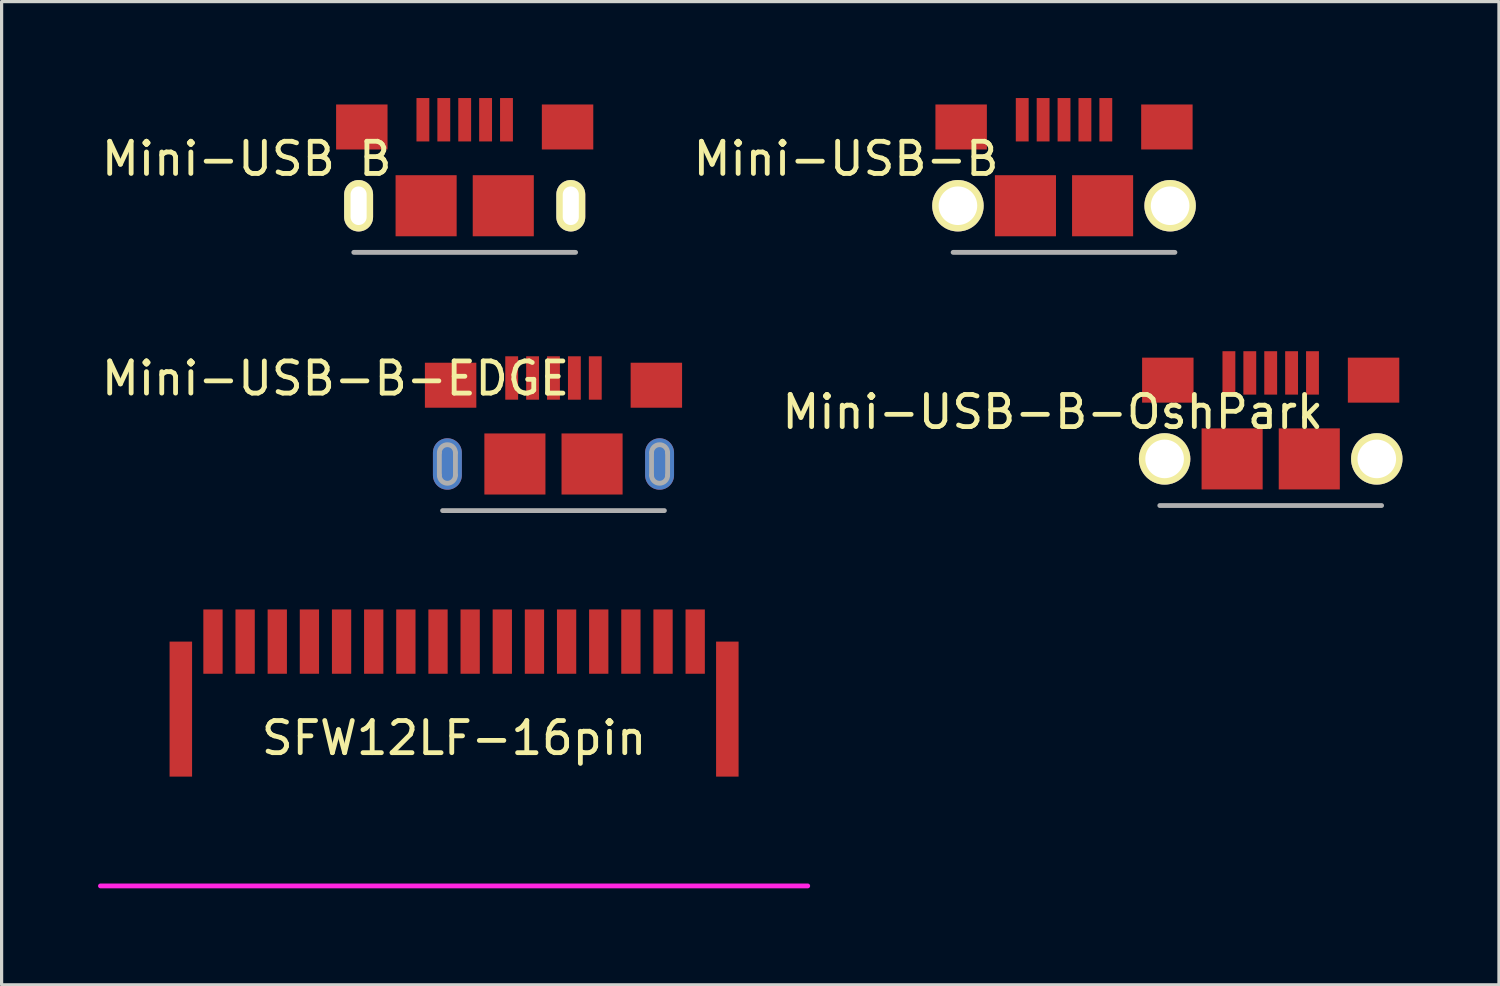
<source format=kicad_pcb>
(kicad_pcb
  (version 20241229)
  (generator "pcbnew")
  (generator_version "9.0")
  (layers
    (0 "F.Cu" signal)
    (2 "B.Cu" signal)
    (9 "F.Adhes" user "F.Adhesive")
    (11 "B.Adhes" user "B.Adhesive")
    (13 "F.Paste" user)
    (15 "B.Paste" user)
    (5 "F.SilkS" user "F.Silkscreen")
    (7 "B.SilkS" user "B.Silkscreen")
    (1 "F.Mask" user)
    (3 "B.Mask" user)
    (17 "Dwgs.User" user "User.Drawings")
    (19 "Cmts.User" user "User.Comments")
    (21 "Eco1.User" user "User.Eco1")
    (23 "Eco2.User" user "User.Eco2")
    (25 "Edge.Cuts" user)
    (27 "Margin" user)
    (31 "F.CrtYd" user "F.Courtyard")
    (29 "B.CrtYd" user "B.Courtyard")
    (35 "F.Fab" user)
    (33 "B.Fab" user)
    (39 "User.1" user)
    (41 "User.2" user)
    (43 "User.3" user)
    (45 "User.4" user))
  (footprint "Mini-USB-B"
    (layer "F.Cu")
    (at 30.048 3.35)
    (property "Reference" "Mini-USB-B" (at -6.78 -1.46 0) (layer "F.SilkS") (effects (font (size 1 1) (thickness 0.15))))
    (attr through_hole)
    (fp_line (start -3.45 1.45) (end 3.45 1.45) (stroke (width 0.15) (type solid)) (layer "F.Fab"))
    (pad "1" smd rect (at -1.3 -2.675) (size 0.4 1.35) (layers "F.Cu" "F.Mask" "F.Paste"))
    (pad "2" smd rect (at -0.65 -2.675) (size 0.4 1.35) (layers "F.Cu" "F.Mask" "F.Paste"))
    (pad "3" smd rect (at 0 -2.675) (size 0.4 1.35) (layers "F.Cu" "F.Mask" "F.Paste"))
    (pad "4" smd rect (at 0.65 -2.675) (size 0.4 1.35) (layers "F.Cu" "F.Mask" "F.Paste"))
    (pad "5" smd rect (at 1.3 -2.675) (size 0.4 1.35) (layers "F.Cu" "F.Mask" "F.Paste"))
    (pad "6" thru_hole circle (at -3.3 0) (size 1.6 1.6) (drill 1.2) (layers "*.Cu" "*.Mask" "F.SilkS"))
    (pad "6" smd rect (at -3.2 -2.45) (size 1.6 1.4) (layers "F.Cu" "F.Mask" "F.Paste"))
    (pad "6" smd rect (at -1.2 0) (size 1.9 1.9) (layers "F.Cu" "F.Mask" "F.Paste"))
    (pad "6" smd rect (at 1.2 0) (size 1.9 1.9) (layers "F.Cu" "F.Mask" "F.Paste"))
    (pad "6" smd rect (at 3.2 -2.45) (size 1.6 1.4) (layers "F.Cu" "F.Mask" "F.Paste"))
    (pad "6" thru_hole circle (at 3.3 0) (size 1.6 1.6) (drill 1.2) (layers "*.Cu" "*.Mask" "F.SilkS")))
  (footprint "Mini-USB-B-OshPark"
    (layer "F.Cu")
    (at 36.477 11.225)
    (property "Reference" "Mini-USB-B-OshPark" (at -6.78 -1.46 0) (layer "F.SilkS") (effects (font (size 1 1) (thickness 0.15))))
    (attr through_hole)
    (fp_line (start -3.45 1.45) (end 3.45 1.45) (stroke (width 0.15) (type solid)) (layer "F.Fab"))
    (pad "1" smd rect (at -1.3 -2.675) (size 0.4 1.35) (layers "F.Cu" "F.Mask" "F.Paste"))
    (pad "2" smd rect (at -0.65 -2.675) (size 0.4 1.35) (layers "F.Cu" "F.Mask" "F.Paste"))
    (pad "3" smd rect (at 0 -2.675) (size 0.4 1.35) (layers "F.Cu" "F.Mask" "F.Paste"))
    (pad "4" smd rect (at 0.65 -2.675) (size 0.4 1.35) (layers "F.Cu" "F.Mask" "F.Paste"))
    (pad "5" smd rect (at 1.3 -2.675) (size 0.4 1.35) (layers "F.Cu" "F.Mask" "F.Paste"))
    (pad "6" thru_hole circle (at -3.3 0) (size 1.6 1.6) (drill 1.2) (layers "*.Cu" "*.Mask" "F.SilkS"))
    (pad "6" smd rect (at -3.2 -2.45) (size 1.6 1.4) (layers "F.Cu" "F.Mask" "F.Paste"))
    (pad "6" smd rect (at -1.2 0) (size 1.9 1.9) (layers "F.Cu" "F.Mask" "F.Paste"))
    (pad "6" smd rect (at 1.2 0) (size 1.9 1.9) (layers "F.Cu" "F.Mask" "F.Paste"))
    (pad "6" smd rect (at 3.2 -2.45) (size 1.6 1.4) (layers "F.Cu" "F.Mask" "F.Paste"))
    (pad "6" thru_hole circle (at 3.3 0) (size 1.6 1.6) (drill 1.2) (layers "*.Cu" "*.Mask" "F.SilkS")))
  (footprint "SFW12LF-16pin"
    (layer "F.Cu")
    (at 11.075 19.408)
    (property "Reference" "SFW12LF-16pin" (at 0 0.5 0) (layer "F.SilkS") (effects (font (size 1 1) (thickness 0.15))))
    (attr through_hole)
    (fp_line (start -11 5.1) (end 11 5.1) (stroke (width 0.15) (type solid)) (layer "F.CrtYd"))
    (pad "" smd rect (at -8.5 -0.4) (size 0.7 4.2) (layers "F.Cu" "F.Mask" "F.Paste"))
    (pad "" smd rect (at 8.5 -0.4) (size 0.7 4.2) (layers "F.Cu" "F.Mask" "F.Paste"))
    (pad "1" smd rect (at -7.5 -2.5) (size 0.6 2) (layers "F.Cu" "F.Mask" "F.Paste"))
    (pad "2" smd rect (at -6.5 -2.5) (size 0.6 2) (layers "F.Cu" "F.Mask" "F.Paste"))
    (pad "3" smd rect (at -5.5 -2.5) (size 0.6 2) (layers "F.Cu" "F.Mask" "F.Paste"))
    (pad "4" smd rect (at -4.5 -2.5) (size 0.6 2) (layers "F.Cu" "F.Mask" "F.Paste"))
    (pad "5" smd rect (at -3.5 -2.5) (size 0.6 2) (layers "F.Cu" "F.Mask" "F.Paste"))
    (pad "6" smd rect (at -2.5 -2.5) (size 0.6 2) (layers "F.Cu" "F.Mask" "F.Paste"))
    (pad "7" smd rect (at -1.5 -2.5) (size 0.6 2) (layers "F.Cu" "F.Mask" "F.Paste"))
    (pad "8" smd rect (at -0.5 -2.5) (size 0.6 2) (layers "F.Cu" "F.Mask" "F.Paste"))
    (pad "9" smd rect (at 0.5 -2.5) (size 0.6 2) (layers "F.Cu" "F.Mask" "F.Paste"))
    (pad "10" smd rect (at 1.5 -2.5) (size 0.6 2) (layers "F.Cu" "F.Mask" "F.Paste"))
    (pad "11" smd rect (at 2.5 -2.5) (size 0.6 2) (layers "F.Cu" "F.Mask" "F.Paste"))
    (pad "12" smd rect (at 3.5 -2.5) (size 0.6 2) (layers "F.Cu" "F.Mask" "F.Paste"))
    (pad "13" smd rect (at 4.5 -2.5) (size 0.6 2) (layers "F.Cu" "F.Mask" "F.Paste"))
    (pad "14" smd rect (at 5.5 -2.5) (size 0.6 2) (layers "F.Cu" "F.Mask" "F.Paste"))
    (pad "15" smd rect (at 6.5 -2.5) (size 0.6 2) (layers "F.Cu" "F.Mask" "F.Paste"))
    (pad "16" smd rect (at 7.5 -2.5) (size 0.6 2) (layers "F.Cu" "F.Mask" "F.Paste")))
  (footprint "Mini-USB-B-EDGE"
    (layer "F.Cu")
    (at 14.167 10.183)
    (property "Reference" "Mini-USB-B-EDGE" (at -6.78 -1.46 0) (layer "F.SilkS") (effects (font (size 1 1) (thickness 0.15))))
    (attr through_hole)
    (fp_line (start -3.55 0.85) (end -3.55 1.55) (stroke (width 0.15) (type solid)) (layer "F.Fab"))
    (fp_line (start -3.45 2.65) (end 3.45 2.65) (stroke (width 0.15) (type solid)) (layer "F.Fab"))
    (fp_line (start -3.05 0.85) (end -3.05 1.55) (stroke (width 0.15) (type solid)) (layer "F.Fab"))
    (fp_line (start 3.05 0.85) (end 3.05 1.55) (stroke (width 0.15) (type solid)) (layer "F.Fab"))
    (fp_line (start 3.55 0.85) (end 3.55 1.55) (stroke (width 0.15) (type solid)) (layer "F.Fab"))
    (fp_arc (start -3.55 0.85) (mid -3.3 0.6) (end -3.05 0.85) (stroke (width 0.15) (type solid)) (layer "F.Fab"))
    (fp_arc (start -3.05 1.55) (mid -3.3 1.8) (end -3.55 1.55) (stroke (width 0.15) (type solid)) (layer "F.Fab"))
    (fp_arc (start 3.05 0.85) (mid 3.3 0.6) (end 3.55 0.85) (stroke (width 0.15) (type solid)) (layer "F.Fab"))
    (fp_arc (start 3.55 1.55) (mid 3.3 1.8) (end 3.05 1.55) (stroke (width 0.15) (type solid)) (layer "F.Fab"))
    (pad "1" smd rect (at -1.3 -1.475) (size 0.4 1.35) (layers "F.Cu" "F.Mask" "F.Paste"))
    (pad "2" smd rect (at -0.65 -1.475) (size 0.4 1.35) (layers "F.Cu" "F.Mask" "F.Paste"))
    (pad "3" smd rect (at 0 -1.475) (size 0.4 1.35) (layers "F.Cu" "F.Mask" "F.Paste"))
    (pad "4" smd rect (at 0.65 -1.475) (size 0.4 1.35) (layers "F.Cu" "F.Mask" "F.Paste"))
    (pad "5" smd rect (at 1.3 -1.475) (size 0.4 1.35) (layers "F.Cu" "F.Mask" "F.Paste"))
    (pad "6" smd oval (at -3.3 1.2) (size 0.9 1.6) (layers "F.Cu" "F.Mask" "F.Paste"))
    (pad "6" smd oval (at -3.3 1.2) (size 0.9 1.6) (layers "B.Cu" "B.Mask"))
    (pad "6" smd rect (at -3.2 -1.25) (size 1.6 1.4) (layers "F.Cu" "F.Mask" "F.Paste"))
    (pad "6" smd rect (at -1.2 1.2) (size 1.9 1.9) (layers "F.Cu" "F.Mask" "F.Paste"))
    (pad "6" smd rect (at 1.2 1.2) (size 1.9 1.9) (layers "F.Cu" "F.Mask" "F.Paste"))
    (pad "6" smd rect (at 3.2 -1.25) (size 1.6 1.4) (layers "F.Cu" "F.Mask" "F.Paste"))
    (pad "6" smd oval (at 3.3 1.2) (size 0.9 1.6) (layers "F.Cu" "F.Mask" "F.Paste"))
    (pad "6" smd oval (at 3.3 1.2) (size 0.9 1.6) (layers "B.Cu" "B.Mask")))
  (footprint "Mini-USB B"
    (layer "F.Cu")
    (at 11.405 3.35)
    (property "Reference" "Mini-USB B" (at -6.78 -1.46 0) (layer "F.SilkS") (effects (font (size 1 1) (thickness 0.15))))
    (attr through_hole)
    (fp_line (start -3.45 1.45) (end 3.45 1.45) (stroke (width 0.15) (type solid)) (layer "F.Fab"))
    (pad "" thru_hole oval (at -3.3 0) (size 0.9 1.6) (drill oval 0.5 1.2) (layers "*.Cu" "*.Mask" "F.SilkS"))
    (pad "" smd rect (at -3.2 -2.45) (size 1.6 1.4) (layers "F.Cu" "F.Mask" "F.Paste"))
    (pad "" smd rect (at -1.2 0) (size 1.9 1.9) (layers "F.Cu" "F.Mask" "F.Paste"))
    (pad "" smd rect (at 1.2 0) (size 1.9 1.9) (layers "F.Cu" "F.Mask" "F.Paste"))
    (pad "" smd rect (at 3.2 -2.45) (size 1.6 1.4) (layers "F.Cu" "F.Mask" "F.Paste"))
    (pad "" thru_hole oval (at 3.3 0) (size 0.9 1.6) (drill oval 0.5 1.2) (layers "*.Cu" "*.Mask" "F.SilkS"))
    (pad "1" smd rect (at -1.3 -2.675) (size 0.4 1.35) (layers "F.Cu" "F.Mask" "F.Paste"))
    (pad "2" smd rect (at -0.65 -2.675) (size 0.4 1.35) (layers "F.Cu" "F.Mask" "F.Paste"))
    (pad "3" smd rect (at 0 -2.675) (size 0.4 1.35) (layers "F.Cu" "F.Mask" "F.Paste"))
    (pad "4" smd rect (at 0.65 -2.675) (size 0.4 1.35) (layers "F.Cu" "F.Mask" "F.Paste"))
    (pad "5" smd rect (at 1.3 -2.675) (size 0.4 1.35) (layers "F.Cu" "F.Mask" "F.Paste")))
  (gr_rect
    (start -3 -3)
    (end 43.577 27.583)
    (stroke (width 0.1) (type default))
    (fill no)
    (layer "Edge.Cuts")))
</source>
